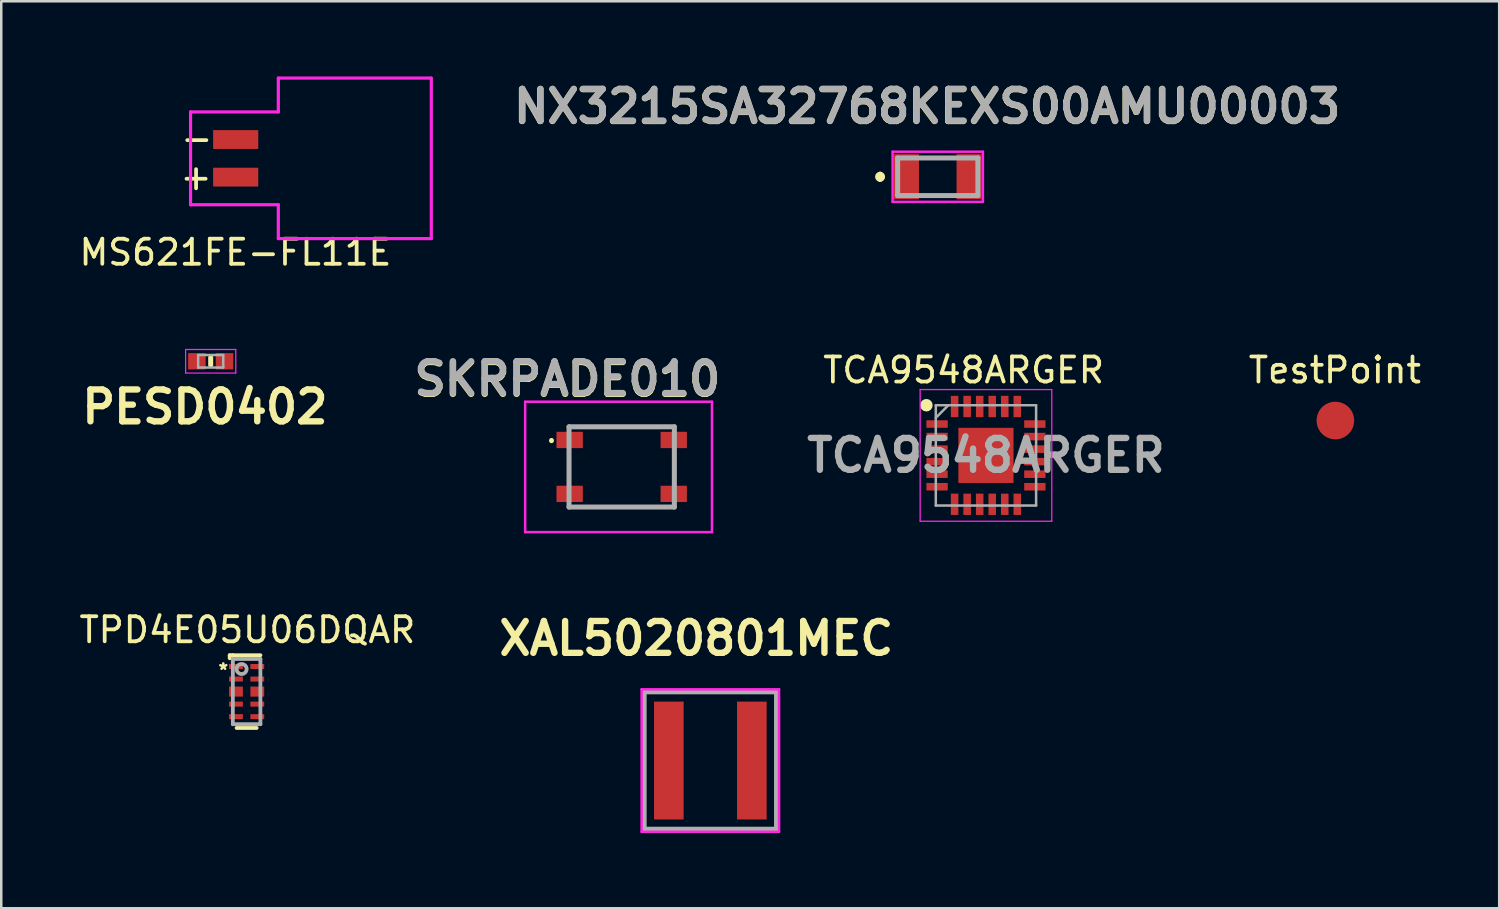
<source format=kicad_pcb>
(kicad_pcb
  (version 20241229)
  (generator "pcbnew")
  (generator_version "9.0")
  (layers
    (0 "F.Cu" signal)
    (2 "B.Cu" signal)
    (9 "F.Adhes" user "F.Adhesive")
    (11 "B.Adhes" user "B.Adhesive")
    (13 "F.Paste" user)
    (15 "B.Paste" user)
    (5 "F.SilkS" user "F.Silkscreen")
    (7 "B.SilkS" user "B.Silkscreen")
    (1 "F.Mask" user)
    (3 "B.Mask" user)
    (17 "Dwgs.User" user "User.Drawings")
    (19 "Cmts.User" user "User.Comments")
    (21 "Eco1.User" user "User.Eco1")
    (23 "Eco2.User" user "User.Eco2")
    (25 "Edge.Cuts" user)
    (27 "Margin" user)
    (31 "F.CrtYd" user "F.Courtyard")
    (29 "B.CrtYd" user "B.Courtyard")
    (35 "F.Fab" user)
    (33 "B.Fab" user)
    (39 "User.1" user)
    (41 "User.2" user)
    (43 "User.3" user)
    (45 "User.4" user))
  (footprint "TPD4E05U06DQAR"
    (layer "F.Cu")
    (at 6.785 24.529)
    (property "Reference" "TPD4E05U06DQAR" (at 0.03 -2.46 0) (layer "F.SilkS") (effects (font (size 1 1) (thickness 0.15))))
    (attr through_hole)
    (fp_line (start -0.675 -1.45) (end -0.55 -1.45) (stroke (width 0.152) (type solid)) (layer "F.SilkS"))
    (fp_line (start -0.675 -1.33) (end -0.675 -1.45) (stroke (width 0.152) (type solid)) (layer "F.SilkS"))
    (fp_line (start -0.55 -1.45) (end 0.55 -1.45) (stroke (width 0.152) (type solid)) (layer "F.SilkS"))
    (fp_line (start -0.4 1.45) (end 0.4 1.45) (stroke (width 0.152) (type solid)) (layer "F.SilkS"))
    (fp_line (start -0.55 -1.3) (end 0.55 -1.3) (stroke (width 0.152) (type solid)) (layer "F.Fab"))
    (fp_line (start -0.55 1.3) (end -0.55 -1.3) (stroke (width 0.152) (type solid)) (layer "F.Fab"))
    (fp_line (start -0.55 1.3) (end 0.55 1.3) (stroke (width 0.152) (type solid)) (layer "F.Fab"))
    (fp_line (start 0.55 1.3) (end 0.55 -1.3) (stroke (width 0.152) (type solid)) (layer "F.Fab"))
    (fp_circle (center -0.2 -0.9) (end 0 -0.9) (stroke (width 0.152) (type solid)) (fill no) (layer "F.Fab"))
    (fp_text user "*" (at -0.93 -0.85 0) (layer "F.SilkS") (effects (font (size 0.5 0.5) (thickness 0.1))))
    (pad "1" smd rect (at -0.425 -1 90) (size 0.2 0.55) (layers "F.Cu" "F.Mask" "F.Paste"))
    (pad "2" smd rect (at -0.425 -0.5 90) (size 0.2 0.55) (layers "F.Cu" "F.Mask" "F.Paste"))
    (pad "3" smd rect (at -0.425 -0.000003 90) (size 0.4 0.55) (layers "F.Cu" "F.Mask" "F.Paste"))
    (pad "4" smd rect (at -0.425 0.5 90) (size 0.2 0.55) (layers "F.Cu" "F.Mask" "F.Paste"))
    (pad "5" smd rect (at -0.425 1 90) (size 0.2 0.55) (layers "F.Cu" "F.Mask" "F.Paste"))
    (pad "6" smd rect (at 0.425 1 90) (size 0.2 0.55) (layers "F.Cu" "F.Mask" "F.Paste"))
    (pad "7" smd rect (at 0.425 0.5 90) (size 0.2 0.55) (layers "F.Cu" "F.Mask" "F.Paste"))
    (pad "8" smd rect (at 0.425 -0.000003 90) (size 0.4 0.55) (layers "F.Cu" "F.Mask" "F.Paste"))
    (pad "9" smd rect (at 0.425 -0.5 90) (size 0.2 0.55) (layers "F.Cu" "F.Mask" "F.Paste"))
    (pad "10" smd rect (at 0.425 -1 90) (size 0.2 0.55) (layers "F.Cu" "F.Mask" "F.Paste")))
  (footprint "NX3215SA32768KEXS00AMU00003"
    (layer "F.Cu")
    (at 34.346 3.999)
    (property "Reference" "NX3215SA32768KEXS00AMU00003" (at -0.43 -2.8 0) (layer "F.SilkS") (effects (font (size 1.27 1.27) (thickness 0.254))))
    (attr smd)
    (fp_line (start -2.3 -0.1) (end -2.3 -0.1) (stroke (width 0.2) (type solid)) (layer "F.SilkS"))
    (fp_line (start -2.3 0.1) (end -2.3 0.1) (stroke (width 0.2) (type solid)) (layer "F.SilkS"))
    (fp_line (start -0.5 -0.75) (end 0.5 -0.75) (stroke (width 0.1) (type solid)) (layer "F.SilkS"))
    (fp_line (start -0.5 0.75) (end 0.5 0.75) (stroke (width 0.1) (type solid)) (layer "F.SilkS"))
    (fp_arc (start -2.3 -0.1) (mid -2.2 0) (end -2.3 0.1) (stroke (width 0.2) (type solid)) (layer "F.SilkS"))
    (fp_arc (start -2.3 0.1) (mid -2.4 0) (end -2.3 -0.1) (stroke (width 0.2) (type solid)) (layer "F.SilkS"))
    (fp_line (start -1.8 -1) (end 1.8 -1) (stroke (width 0.1) (type solid)) (layer "F.CrtYd"))
    (fp_line (start -1.8 1) (end -1.8 -1) (stroke (width 0.1) (type solid)) (layer "F.CrtYd"))
    (fp_line (start 1.8 -1) (end 1.8 1) (stroke (width 0.1) (type solid)) (layer "F.CrtYd"))
    (fp_line (start 1.8 1) (end -1.8 1) (stroke (width 0.1) (type solid)) (layer "F.CrtYd"))
    (fp_line (start -1.6 -0.75) (end 1.6 -0.75) (stroke (width 0.2) (type solid)) (layer "F.Fab"))
    (fp_line (start -1.6 0.75) (end -1.6 -0.75) (stroke (width 0.2) (type solid)) (layer "F.Fab"))
    (fp_line (start 1.6 -0.75) (end 1.6 0.75) (stroke (width 0.2) (type solid)) (layer "F.Fab"))
    (fp_line (start 1.6 0.75) (end -1.6 0.75) (stroke (width 0.2) (type solid)) (layer "F.Fab"))
    (fp_text user "${REFERENCE}" (at -0.42 -2.81 0) (layer "F.Fab") (effects (font (size 1.27 1.27) (thickness 0.254))))
    (pad "1" smd rect (at -1.25 0) (size 1 1.8) (layers "F.Cu" "F.Mask" "F.Paste"))
    (pad "2" smd rect (at 1.25 0) (size 1 1.8) (layers "F.Cu" "F.Mask" "F.Paste")))
  (footprint "XAL5020801MEC"
    (layer "F.Cu")
    (at 25.277 27.279)
    (property "Reference" "XAL5020801MEC" (at -0.56 -4.87 0) (layer "F.SilkS") (effects (font (size 1.27 1.27) (thickness 0.254))))
    (attr smd)
    (fp_line (start -2.64 -2.74) (end 2.64 -2.74) (stroke (width 0.1) (type solid)) (layer "F.SilkS"))
    (fp_line (start -2.64 2.74) (end -2.64 -2.74) (stroke (width 0.1) (type solid)) (layer "F.SilkS"))
    (fp_line (start 2.64 -2.74) (end 2.64 2.74) (stroke (width 0.1) (type solid)) (layer "F.SilkS"))
    (fp_line (start 2.64 2.74) (end -2.64 2.74) (stroke (width 0.1) (type solid)) (layer "F.SilkS"))
    (fp_line (start -2.74 -2.84) (end 2.74 -2.84) (stroke (width 0.1) (type solid)) (layer "F.CrtYd"))
    (fp_line (start -2.74 2.84) (end -2.74 -2.84) (stroke (width 0.1) (type solid)) (layer "F.CrtYd"))
    (fp_line (start 2.74 -2.84) (end 2.74 2.84) (stroke (width 0.1) (type solid)) (layer "F.CrtYd"))
    (fp_line (start 2.74 2.84) (end -2.74 2.84) (stroke (width 0.1) (type solid)) (layer "F.CrtYd"))
    (fp_line (start -2.64 -2.74) (end 2.64 -2.74) (stroke (width 0.2) (type solid)) (layer "F.Fab"))
    (fp_line (start -2.64 2.74) (end -2.64 -2.74) (stroke (width 0.2) (type solid)) (layer "F.Fab"))
    (fp_line (start 2.64 -2.74) (end 2.64 2.74) (stroke (width 0.2) (type solid)) (layer "F.Fab"))
    (fp_line (start 2.64 2.74) (end -2.64 2.74) (stroke (width 0.2) (type solid)) (layer "F.Fab"))
    (pad "1" smd rect (at -1.655 0) (size 1.18 4.7) (layers "F.Cu" "F.Mask" "F.Paste"))
    (pad "2" smd rect (at 1.655 0) (size 1.18 4.7) (layers "F.Cu" "F.Mask" "F.Paste")))
  (footprint "PESD0402"
    (layer "F.Cu")
    (at 5.352 11.357)
    (property "Reference" "PESD0402" (at -0.23 1.82 0) (layer "F.SilkS") (effects (font (size 1.27 1.27) (thickness 0.254))))
    (attr smd)
    (fp_line (start 0 -0.15) (end 0 0.15) (stroke (width 0.2) (type solid)) (layer "F.SilkS"))
    (fp_line (start -1 -0.47) (end 1 -0.47) (stroke (width 0.05) (type solid)) (layer "F.CrtYd"))
    (fp_line (start -1 0.47) (end -1 -0.47) (stroke (width 0.05) (type solid)) (layer "F.CrtYd"))
    (fp_line (start 1 -0.47) (end 1 0.47) (stroke (width 0.05) (type solid)) (layer "F.CrtYd"))
    (fp_line (start 1 0.47) (end -1 0.47) (stroke (width 0.05) (type solid)) (layer "F.CrtYd"))
    (fp_line (start -0.5 -0.25) (end 0.5 -0.25) (stroke (width 0.1) (type solid)) (layer "F.Fab"))
    (fp_line (start -0.5 0.25) (end -0.5 -0.25) (stroke (width 0.1) (type solid)) (layer "F.Fab"))
    (fp_line (start 0.5 -0.25) (end 0.5 0.25) (stroke (width 0.1) (type solid)) (layer "F.Fab"))
    (fp_line (start 0.5 0.25) (end -0.5 0.25) (stroke (width 0.1) (type solid)) (layer "F.Fab"))
    (pad "1" smd rect (at -0.55 0 90) (size 0.65 0.7) (layers "F.Cu" "F.Mask" "F.Paste"))
    (pad "2" smd rect (at 0.55 0 90) (size 0.65 0.7) (layers "F.Cu" "F.Mask" "F.Paste")))
  (footprint "TestPoint"
    (layer "F.Cu")
    (at 50.202 13.72)
    (property "Reference" "TestPoint" (at -0.02 -2.01 0) (layer "F.SilkS") (effects (font (size 1 1) (thickness 0.15))))
    (attr through_hole)
    (pad "1" smd circle (at 0 0) (size 1.5 1.5) (layers "F.Cu" "F.Mask" "F.Paste")))
  (footprint "MS621FE-FL11E"
    (layer "F.Cu")
    (at 6.349 3.264)
    (property "Reference" "MS621FE-FL11E" (at -0.01 3.75 0) (layer "F.SilkS") (effects (font (size 1 1) (thickness 0.15))))
    (attr through_hole)
    (fp_line (start -1.8 -1.85) (end -1.8 1.85) (stroke (width 0.127) (type solid)) (layer "F.CrtYd"))
    (fp_line (start -1.8 -1.85) (end 1.7 -1.85) (stroke (width 0.127) (type solid)) (layer "F.CrtYd"))
    (fp_line (start -1.8 1.85) (end 1.7 1.85) (stroke (width 0.127) (type solid)) (layer "F.CrtYd"))
    (fp_line (start 1.7 -3.2) (end 7.8 -3.2) (stroke (width 0.127) (type solid)) (layer "F.CrtYd"))
    (fp_line (start 1.7 -1.85) (end 1.7 -3.2) (stroke (width 0.127) (type solid)) (layer "F.CrtYd"))
    (fp_line (start 1.7 1.85) (end 1.7 3.2) (stroke (width 0.127) (type solid)) (layer "F.CrtYd"))
    (fp_line (start 7.8 -3.2) (end 7.8 3.2) (stroke (width 0.127) (type solid)) (layer "F.CrtYd"))
    (fp_line (start 7.8 3.2) (end 1.7 3.2) (stroke (width 0.127) (type solid)) (layer "F.CrtYd"))
    (fp_text user "+" (at -1.58 0.74 0) (layer "F.SilkS") (effects (font (size 1 1) (thickness 0.15))))
    (fp_text user "-" (at -1.55 -0.8 0) (layer "F.SilkS") (effects (font (size 1 1) (thickness 0.15))))
    (pad "1" smd rect (at 0 0.75) (size 1.8 0.75) (layers "F.Cu" "F.Mask" "F.Paste"))
    (pad "2" smd rect (at 0 -0.75) (size 1.8 0.75) (layers "F.Cu" "F.Mask" "F.Paste")))
  (footprint "TCA9548ARGER"
    (layer "F.Cu")
    (at 36.268 15.11)
    (property "Reference" "TCA9548ARGER" (at -0.89 -3.4 0) (layer "F.SilkS") (effects (font (size 1 1) (thickness 0.15))))
    (attr smd)
    (fp_circle (center -2.375 -2) (end -2.375 -1.875) (stroke (width 0.25) (type solid)) (fill no) (layer "F.SilkS"))
    (fp_line (start -2.625 -2.625) (end 2.625 -2.625) (stroke (width 0.05) (type solid)) (layer "F.CrtYd"))
    (fp_line (start -2.625 2.625) (end -2.625 -2.625) (stroke (width 0.05) (type solid)) (layer "F.CrtYd"))
    (fp_line (start 2.625 -2.625) (end 2.625 2.625) (stroke (width 0.05) (type solid)) (layer "F.CrtYd"))
    (fp_line (start 2.625 2.625) (end -2.625 2.625) (stroke (width 0.05) (type solid)) (layer "F.CrtYd"))
    (fp_line (start -2 -2) (end 2 -2) (stroke (width 0.1) (type solid)) (layer "F.Fab"))
    (fp_line (start -2 -1.5) (end -1.5 -2) (stroke (width 0.1) (type solid)) (layer "F.Fab"))
    (fp_line (start -2 2) (end -2 -2) (stroke (width 0.1) (type solid)) (layer "F.Fab"))
    (fp_line (start 2 -2) (end 2 2) (stroke (width 0.1) (type solid)) (layer "F.Fab"))
    (fp_line (start 2 2) (end -2 2) (stroke (width 0.1) (type solid)) (layer "F.Fab"))
    (fp_text user "${REFERENCE}" (at 0 0 0) (layer "F.Fab") (effects (font (size 1.27 1.27) (thickness 0.254))))
    (pad "" smd rect (at -0.57 -0.57) (size 0.94 0.94) (layers "F.Paste"))
    (pad "" smd rect (at -0.57 0.57) (size 0.94 0.94) (layers "F.Paste"))
    (pad "" smd rect (at 0.57 -0.57) (size 0.94 0.94) (layers "F.Paste"))
    (pad "" smd rect (at 0.57 0.57) (size 0.94 0.94) (layers "F.Paste"))
    (pad "1" smd rect (at -1.95 -1.25 90) (size 0.3 0.85) (layers "F.Cu" "F.Mask" "F.Paste"))
    (pad "2" smd rect (at -1.95 -0.75 90) (size 0.3 0.85) (layers "F.Cu" "F.Mask" "F.Paste"))
    (pad "3" smd rect (at -1.95 -0.25 90) (size 0.3 0.85) (layers "F.Cu" "F.Mask" "F.Paste"))
    (pad "4" smd rect (at -1.95 0.25 90) (size 0.3 0.85) (layers "F.Cu" "F.Mask" "F.Paste"))
    (pad "5" smd rect (at -1.95 0.75 90) (size 0.3 0.85) (layers "F.Cu" "F.Mask" "F.Paste"))
    (pad "6" smd rect (at -1.95 1.25 90) (size 0.3 0.85) (layers "F.Cu" "F.Mask" "F.Paste"))
    (pad "7" smd rect (at -1.25 1.95) (size 0.3 0.85) (layers "F.Cu" "F.Mask" "F.Paste"))
    (pad "8" smd rect (at -0.75 1.95) (size 0.3 0.85) (layers "F.Cu" "F.Mask" "F.Paste"))
    (pad "9" smd rect (at -0.25 1.95) (size 0.3 0.85) (layers "F.Cu" "F.Mask" "F.Paste"))
    (pad "10" smd rect (at 0.25 1.95) (size 0.3 0.85) (layers "F.Cu" "F.Mask" "F.Paste"))
    (pad "11" smd rect (at 0.75 1.95) (size 0.3 0.85) (layers "F.Cu" "F.Mask" "F.Paste"))
    (pad "12" smd rect (at 1.25 1.95) (size 0.3 0.85) (layers "F.Cu" "F.Mask" "F.Paste"))
    (pad "13" smd rect (at 1.95 1.25 90) (size 0.3 0.85) (layers "F.Cu" "F.Mask" "F.Paste"))
    (pad "14" smd rect (at 1.95 0.75 90) (size 0.3 0.85) (layers "F.Cu" "F.Mask" "F.Paste"))
    (pad "15" smd rect (at 1.95 0.25 90) (size 0.3 0.85) (layers "F.Cu" "F.Mask" "F.Paste"))
    (pad "16" smd rect (at 1.95 -0.25 90) (size 0.3 0.85) (layers "F.Cu" "F.Mask" "F.Paste"))
    (pad "17" smd rect (at 1.95 -0.75 90) (size 0.3 0.85) (layers "F.Cu" "F.Mask" "F.Paste"))
    (pad "18" smd rect (at 1.95 -1.25 90) (size 0.3 0.85) (layers "F.Cu" "F.Mask" "F.Paste"))
    (pad "19" smd rect (at 1.25 -1.95) (size 0.3 0.85) (layers "F.Cu" "F.Mask" "F.Paste"))
    (pad "20" smd rect (at 0.75 -1.95) (size 0.3 0.85) (layers "F.Cu" "F.Mask" "F.Paste"))
    (pad "21" smd rect (at 0.25 -1.95) (size 0.3 0.85) (layers "F.Cu" "F.Mask" "F.Paste"))
    (pad "22" smd rect (at -0.25 -1.95) (size 0.3 0.85) (layers "F.Cu" "F.Mask" "F.Paste"))
    (pad "23" smd rect (at -0.75 -1.95) (size 0.3 0.85) (layers "F.Cu" "F.Mask" "F.Paste"))
    (pad "24" smd rect (at -1.25 -1.95) (size 0.3 0.85) (layers "F.Cu" "F.Mask" "F.Paste"))
    (pad "25" smd rect (at 0 0) (size 2.2 2.2) (layers "F.Cu" "F.Mask")))
  (footprint "SKRPADE010"
    (layer "F.Cu")
    (at 21.617 15.57)
    (property "Reference" "SKRPADE010" (at -2.04 -3.49 0) (layer "F.SilkS") (effects (font (size 1.27 1.27) (thickness 0.254))))
    (attr smd)
    (fp_line (start -2.675 -1.1) (end -2.675 -1.1) (stroke (width 0.1) (type solid)) (layer "F.SilkS"))
    (fp_line (start -2.675 -1) (end -2.675 -1) (stroke (width 0.1) (type solid)) (layer "F.SilkS"))
    (fp_line (start -1.975 -1.6) (end 2.225 -1.6) (stroke (width 0.1) (type solid)) (layer "F.SilkS"))
    (fp_line (start -1.975 -0.5) (end -1.975 0.5) (stroke (width 0.1) (type solid)) (layer "F.SilkS"))
    (fp_line (start -1.975 1.6) (end 2.225 1.6) (stroke (width 0.1) (type solid)) (layer "F.SilkS"))
    (fp_line (start 2.225 -0.5) (end 2.225 0.5) (stroke (width 0.1) (type solid)) (layer "F.SilkS"))
    (fp_arc (start -2.675 -1.1) (mid -2.625 -1.05) (end -2.675 -1) (stroke (width 0.1) (type solid)) (layer "F.SilkS"))
    (fp_arc (start -2.675 -1) (mid -2.725 -1.05) (end -2.675 -1.1) (stroke (width 0.1) (type solid)) (layer "F.SilkS"))
    (fp_line (start -3.725 -2.6) (end 3.725 -2.6) (stroke (width 0.1) (type solid)) (layer "F.CrtYd"))
    (fp_line (start -3.725 2.6) (end -3.725 -2.6) (stroke (width 0.1) (type solid)) (layer "F.CrtYd"))
    (fp_line (start 3.725 -2.6) (end 3.725 2.6) (stroke (width 0.1) (type solid)) (layer "F.CrtYd"))
    (fp_line (start 3.725 2.6) (end -3.725 2.6) (stroke (width 0.1) (type solid)) (layer "F.CrtYd"))
    (fp_line (start -1.975 -1.6) (end 2.225 -1.6) (stroke (width 0.2) (type solid)) (layer "F.Fab"))
    (fp_line (start -1.975 1.6) (end -1.975 -1.6) (stroke (width 0.2) (type solid)) (layer "F.Fab"))
    (fp_line (start 2.225 -1.6) (end 2.225 1.6) (stroke (width 0.2) (type solid)) (layer "F.Fab"))
    (fp_line (start 2.225 1.6) (end -1.975 1.6) (stroke (width 0.2) (type solid)) (layer "F.Fab"))
    (fp_text user "${REFERENCE}" (at -2.04 -3.52 0) (layer "F.Fab") (effects (font (size 1.27 1.27) (thickness 0.254))))
    (pad "1" smd rect (at -1.95 -1.075 90) (size 0.65 1.05) (layers "F.Cu" "F.Mask" "F.Paste"))
    (pad "2" smd rect (at 2.2 -1.075 90) (size 0.65 1.05) (layers "F.Cu" "F.Mask" "F.Paste"))
    (pad "3" smd rect (at -1.95 1.075 90) (size 0.65 1.05) (layers "F.Cu" "F.Mask" "F.Paste"))
    (pad "4" smd rect (at 2.2 1.075 90) (size 0.65 1.05) (layers "F.Cu" "F.Mask" "F.Paste")))
  (gr_rect
    (start -3 -3)
    (end 56.735 33.169)
    (stroke (width 0.1) (type default))
    (fill no)
    (layer "Edge.Cuts")))
</source>
